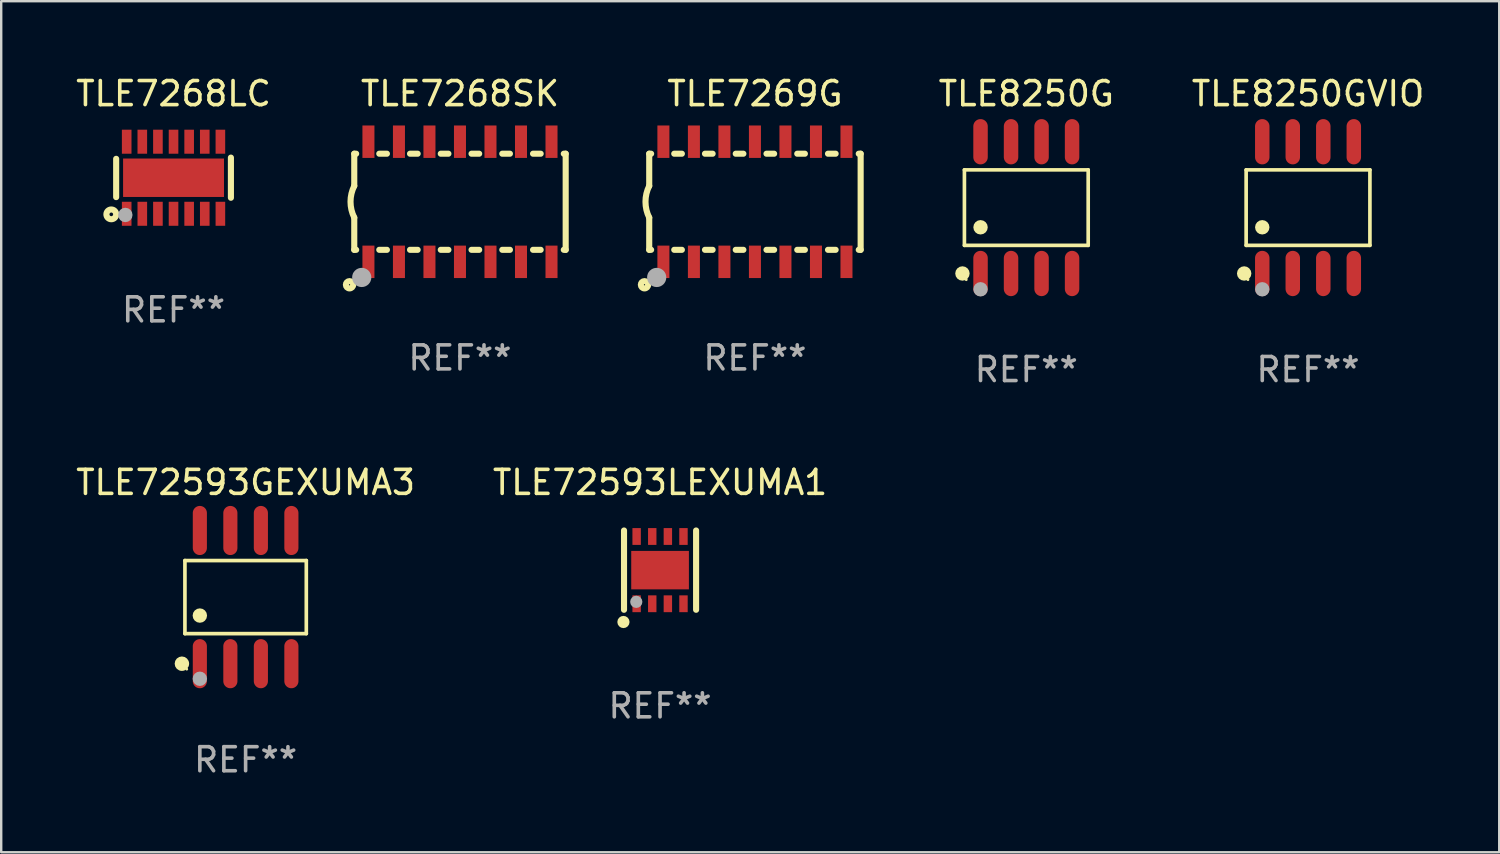
<source format=kicad_pcb>
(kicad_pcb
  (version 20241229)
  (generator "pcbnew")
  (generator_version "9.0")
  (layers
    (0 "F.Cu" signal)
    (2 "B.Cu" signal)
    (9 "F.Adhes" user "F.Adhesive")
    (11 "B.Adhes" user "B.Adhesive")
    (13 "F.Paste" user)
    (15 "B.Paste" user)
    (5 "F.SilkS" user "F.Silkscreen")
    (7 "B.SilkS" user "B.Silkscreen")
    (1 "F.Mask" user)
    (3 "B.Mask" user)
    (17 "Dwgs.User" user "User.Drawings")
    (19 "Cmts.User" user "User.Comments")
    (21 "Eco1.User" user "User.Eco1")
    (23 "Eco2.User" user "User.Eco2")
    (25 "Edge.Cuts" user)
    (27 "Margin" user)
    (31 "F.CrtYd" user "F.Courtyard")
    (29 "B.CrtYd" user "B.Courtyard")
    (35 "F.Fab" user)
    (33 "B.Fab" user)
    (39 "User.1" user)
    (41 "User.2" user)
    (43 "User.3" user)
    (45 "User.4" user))
  (footprint "TLE8250G"
    (layer "F.Cu")
    (at 39.667 5.591)
    (property "Reference" "TLE8250G" (at 0 -4.742 0) (layer "F.SilkS") (effects (font (size 1 1) (thickness 0.15))))
    (attr through_hole)
    (fp_line (start -2.576 -1.571) (end 2.576 -1.571) (stroke (width 0.152) (type solid)) (layer "F.SilkS"))
    (fp_line (start -2.576 1.571) (end -2.576 -1.571) (stroke (width 0.152) (type solid)) (layer "F.SilkS"))
    (fp_line (start 2.576 -1.571) (end 2.576 1.571) (stroke (width 0.152) (type solid)) (layer "F.SilkS"))
    (fp_line (start 2.576 1.571) (end -2.576 1.571) (stroke (width 0.152) (type solid)) (layer "F.SilkS"))
    (fp_circle (center -2.658 2.742) (end -2.508 2.742) (stroke (width 0.3) (type solid)) (fill no) (layer "F.SilkS"))
    (fp_circle (center -2.5 3) (end -2.47 3) (stroke (width 0.06) (type solid)) (fill no) (layer "F.SilkS"))
    (fp_circle (center -1.905 0.819) (end -1.755 0.819) (stroke (width 0.3) (type solid)) (fill no) (layer "F.SilkS"))
    (fp_circle (center -1.905 3.4) (end -1.755 3.4) (stroke (width 0.3) (type solid)) (fill no) (layer "F.Fab"))
    (fp_text user "REF**" (at 0 6.742 0) (layer "F.Fab") (effects (font (size 1 1) (thickness 0.15))))
    (pad "1" smd oval (at -1.905 2.742) (size 0.602 1.885) (layers "F.Cu" "F.Mask" "F.Paste"))
    (pad "2" smd oval (at -0.635 2.742) (size 0.602 1.885) (layers "F.Cu" "F.Mask" "F.Paste"))
    (pad "3" smd oval (at 0.635 2.742) (size 0.602 1.885) (layers "F.Cu" "F.Mask" "F.Paste"))
    (pad "4" smd oval (at 1.905 2.742) (size 0.602 1.885) (layers "F.Cu" "F.Mask" "F.Paste"))
    (pad "5" smd oval (at 1.905 -2.742) (size 0.602 1.885) (layers "F.Cu" "F.Mask" "F.Paste"))
    (pad "6" smd oval (at 0.635 -2.742) (size 0.602 1.885) (layers "F.Cu" "F.Mask" "F.Paste"))
    (pad "7" smd oval (at -0.635 -2.742) (size 0.602 1.885) (layers "F.Cu" "F.Mask" "F.Paste"))
    (pad "8" smd oval (at -1.905 -2.742) (size 0.602 1.885) (layers "F.Cu" "F.Mask" "F.Paste")))
  (footprint "TLE7268SK"
    (layer "F.Cu")
    (at 16.095 5.348)
    (property "Reference" "TLE7268SK" (at 0 -4.5 0) (layer "F.SilkS") (effects (font (size 1 1) (thickness 0.15))))
    (attr through_hole)
    (fp_line (start -4.4 -2) (end -4.4 -0.66) (stroke (width 0.254) (type solid)) (layer "F.SilkS"))
    (fp_line (start -4.4 -2) (end -4.321 -2) (stroke (width 0.254) (type solid)) (layer "F.SilkS"))
    (fp_line (start -4.4 2) (end -4.4 0.66) (stroke (width 0.254) (type solid)) (layer "F.SilkS"))
    (fp_line (start -4.4 2) (end -4.321 2) (stroke (width 0.254) (type solid)) (layer "F.SilkS"))
    (fp_line (start -3.359 -2) (end -3.041 -2) (stroke (width 0.254) (type solid)) (layer "F.SilkS"))
    (fp_line (start -3.359 2) (end -3.041 2) (stroke (width 0.254) (type solid)) (layer "F.SilkS"))
    (fp_line (start -2.079 -2) (end -1.761 -2) (stroke (width 0.254) (type solid)) (layer "F.SilkS"))
    (fp_line (start -2.079 2) (end -1.761 2) (stroke (width 0.254) (type solid)) (layer "F.SilkS"))
    (fp_line (start -0.799 -2) (end -0.481 -2) (stroke (width 0.254) (type solid)) (layer "F.SilkS"))
    (fp_line (start -0.799 2) (end -0.481 2) (stroke (width 0.254) (type solid)) (layer "F.SilkS"))
    (fp_line (start 0.481 -2) (end 0.799 -2) (stroke (width 0.254) (type solid)) (layer "F.SilkS"))
    (fp_line (start 0.481 2) (end 0.799 2) (stroke (width 0.254) (type solid)) (layer "F.SilkS"))
    (fp_line (start 1.761 -2) (end 2.079 -2) (stroke (width 0.254) (type solid)) (layer "F.SilkS"))
    (fp_line (start 1.761 2) (end 2.079 2) (stroke (width 0.254) (type solid)) (layer "F.SilkS"))
    (fp_line (start 3.041 -2) (end 3.359 -2) (stroke (width 0.254) (type solid)) (layer "F.SilkS"))
    (fp_line (start 3.041 2) (end 3.359 2) (stroke (width 0.254) (type solid)) (layer "F.SilkS"))
    (fp_line (start 4.321 -2) (end 4.4 -2) (stroke (width 0.254) (type solid)) (layer "F.SilkS"))
    (fp_line (start 4.321 2) (end 4.4 2) (stroke (width 0.254) (type solid)) (layer "F.SilkS"))
    (fp_line (start 4.4 2) (end 4.4 -2) (stroke (width 0.254) (type solid)) (layer "F.SilkS"))
    (fp_arc (start -4.399314 0.660274) (mid -4.555404 0.000172) (end -4.400025 -0.660097) (stroke (width 0.254001) (type solid)) (layer "F.SilkS"))
    (fp_circle (center -4.597 3.454) (end -4.572 3.454) (stroke (width 0.254) (type solid)) (fill no) (layer "F.SilkS"))
    (fp_circle (center -4.375 3) (end -4.345 3) (stroke (width 0.06) (type solid)) (fill no) (layer "F.SilkS"))
    (fp_circle (center -4.089 3.15) (end -3.889 3.15) (stroke (width 0.4) (type solid)) (fill no) (layer "F.Fab"))
    (fp_text user "REF**" (at 0 6.5 0) (layer "F.Fab") (effects (font (size 1 1) (thickness 0.15))))
    (pad "1" smd rect (at -3.81 2.5 90) (size 1.35 0.5) (layers "F.Cu" "F.Mask" "F.Paste"))
    (pad "2" smd rect (at -2.54 2.5 90) (size 1.35 0.5) (layers "F.Cu" "F.Mask" "F.Paste"))
    (pad "3" smd rect (at -1.27 2.5 90) (size 1.35 0.5) (layers "F.Cu" "F.Mask" "F.Paste"))
    (pad "4" smd rect (at -0.000025 2.5 90) (size 1.35 0.5) (layers "F.Cu" "F.Mask" "F.Paste"))
    (pad "5" smd rect (at 1.27 2.5 90) (size 1.35 0.5) (layers "F.Cu" "F.Mask" "F.Paste"))
    (pad "6" smd rect (at 2.54 2.5 90) (size 1.35 0.5) (layers "F.Cu" "F.Mask" "F.Paste"))
    (pad "7" smd rect (at 3.81 2.5 90) (size 1.35 0.5) (layers "F.Cu" "F.Mask" "F.Paste"))
    (pad "8" smd rect (at 3.81 -2.5 90) (size 1.35 0.5) (layers "F.Cu" "F.Mask" "F.Paste"))
    (pad "9" smd rect (at 2.54 -2.5 90) (size 1.35 0.5) (layers "F.Cu" "F.Mask" "F.Paste"))
    (pad "10" smd rect (at 1.27 -2.5 90) (size 1.35 0.5) (layers "F.Cu" "F.Mask" "F.Paste"))
    (pad "11" smd rect (at -0.000025 -2.5 90) (size 1.35 0.5) (layers "F.Cu" "F.Mask" "F.Paste"))
    (pad "12" smd rect (at -1.27 -2.5 90) (size 1.35 0.5) (layers "F.Cu" "F.Mask" "F.Paste"))
    (pad "13" smd rect (at -2.54 -2.5 90) (size 1.35 0.5) (layers "F.Cu" "F.Mask" "F.Paste"))
    (pad "14" smd rect (at -3.81 -2.5 90) (size 1.35 0.5) (layers "F.Cu" "F.Mask" "F.Paste")))
  (footprint "TLE72593LEXUMA1"
    (layer "F.Cu")
    (at 24.423 20.68)
    (property "Reference" "TLE72593LEXUMA1" (at 0 -3.65 0) (layer "F.SilkS") (effects (font (size 1 1) (thickness 0.15))))
    (attr through_hole)
    (fp_line (start -1.5 1.65) (end -1.5 -1.65) (stroke (width 0.254) (type solid)) (layer "F.SilkS"))
    (fp_line (start 1.5 1.65) (end 1.5 -1.65) (stroke (width 0.254) (type solid)) (layer "F.SilkS"))
    (fp_circle (center -1.524 2.159) (end -1.397 2.159) (stroke (width 0.254) (type solid)) (fill no) (layer "F.SilkS"))
    (fp_circle (center -1.5 1.5) (end -1.47 1.5) (stroke (width 0.06) (type solid)) (fill no) (layer "F.SilkS"))
    (fp_circle (center -0.99 1.32) (end -0.863 1.32) (stroke (width 0.254) (type solid)) (fill no) (layer "F.Fab"))
    (fp_text user "REF**" (at 0 5.65 0) (layer "F.Fab") (effects (font (size 1 1) (thickness 0.15))))
    (pad "1" smd rect (at -0.975 1.4 270) (size 0.7 0.35) (layers "F.Cu" "F.Mask" "F.Paste"))
    (pad "2" smd rect (at -0.325 1.4 270) (size 0.7 0.35) (layers "F.Cu" "F.Mask" "F.Paste"))
    (pad "3" smd rect (at 0.325 1.4 270) (size 0.7 0.35) (layers "F.Cu" "F.Mask" "F.Paste"))
    (pad "4" smd rect (at 0.975 1.4 270) (size 0.7 0.35) (layers "F.Cu" "F.Mask" "F.Paste"))
    (pad "5" smd rect (at 0.975 -1.4 270) (size 0.7 0.35) (layers "F.Cu" "F.Mask" "F.Paste"))
    (pad "6" smd rect (at 0.325 -1.4 270) (size 0.7 0.35) (layers "F.Cu" "F.Mask" "F.Paste"))
    (pad "7" smd rect (at -0.325 -1.4 270) (size 0.7 0.35) (layers "F.Cu" "F.Mask" "F.Paste"))
    (pad "8" smd rect (at -0.975 -1.4 270) (size 0.7 0.35) (layers "F.Cu" "F.Mask" "F.Paste"))
    (pad "9" smd rect (at 0.000241 0.000064) (size 2.4 1.6) (layers "F.Cu" "F.Mask" "F.Paste")))
  (footprint "TLE8250GVIO"
    (layer "F.Cu")
    (at 51.393 5.591)
    (property "Reference" "TLE8250GVIO" (at 0 -4.742 0) (layer "F.SilkS") (effects (font (size 1 1) (thickness 0.15))))
    (attr through_hole)
    (fp_line (start -2.576 -1.571) (end 2.576 -1.571) (stroke (width 0.152) (type solid)) (layer "F.SilkS"))
    (fp_line (start -2.576 1.571) (end -2.576 -1.571) (stroke (width 0.152) (type solid)) (layer "F.SilkS"))
    (fp_line (start 2.576 -1.571) (end 2.576 1.571) (stroke (width 0.152) (type solid)) (layer "F.SilkS"))
    (fp_line (start 2.576 1.571) (end -2.576 1.571) (stroke (width 0.152) (type solid)) (layer "F.SilkS"))
    (fp_circle (center -2.658 2.742) (end -2.508 2.742) (stroke (width 0.3) (type solid)) (fill no) (layer "F.SilkS"))
    (fp_circle (center -2.5 3) (end -2.47 3) (stroke (width 0.06) (type solid)) (fill no) (layer "F.SilkS"))
    (fp_circle (center -1.905 0.819) (end -1.755 0.819) (stroke (width 0.3) (type solid)) (fill no) (layer "F.SilkS"))
    (fp_circle (center -1.905 3.4) (end -1.755 3.4) (stroke (width 0.3) (type solid)) (fill no) (layer "F.Fab"))
    (fp_text user "REF**" (at 0 6.742 0) (layer "F.Fab") (effects (font (size 1 1) (thickness 0.15))))
    (pad "1" smd oval (at -1.905 2.742) (size 0.602 1.885) (layers "F.Cu" "F.Mask" "F.Paste"))
    (pad "2" smd oval (at -0.635 2.742) (size 0.602 1.885) (layers "F.Cu" "F.Mask" "F.Paste"))
    (pad "3" smd oval (at 0.635 2.742) (size 0.602 1.885) (layers "F.Cu" "F.Mask" "F.Paste"))
    (pad "4" smd oval (at 1.905 2.742) (size 0.602 1.885) (layers "F.Cu" "F.Mask" "F.Paste"))
    (pad "5" smd oval (at 1.905 -2.742) (size 0.602 1.885) (layers "F.Cu" "F.Mask" "F.Paste"))
    (pad "6" smd oval (at 0.635 -2.742) (size 0.602 1.885) (layers "F.Cu" "F.Mask" "F.Paste"))
    (pad "7" smd oval (at -0.635 -2.742) (size 0.602 1.885) (layers "F.Cu" "F.Mask" "F.Paste"))
    (pad "8" smd oval (at -1.905 -2.742) (size 0.602 1.885) (layers "F.Cu" "F.Mask" "F.Paste")))
  (footprint "TLE7268LC"
    (layer "F.Cu")
    (at 4.173 4.348)
    (property "Reference" "TLE7268LC" (at 0 -3.5 0) (layer "F.SilkS") (effects (font (size 1 1) (thickness 0.15))))
    (attr through_hole)
    (fp_line (start -2.388 -0.787) (end -2.388 0.807) (stroke (width 0.254) (type solid)) (layer "F.SilkS"))
    (fp_line (start 2.388 -0.838) (end 2.388 0.833) (stroke (width 0.254) (type solid)) (layer "F.SilkS"))
    (fp_circle (center -2.591 1.524) (end -2.515 1.524) (stroke (width 0.254) (type solid)) (fill no) (layer "F.SilkS"))
    (fp_circle (center -2.25 1.5) (end -2.22 1.5) (stroke (width 0.06) (type solid)) (fill no) (layer "F.SilkS"))
    (fp_circle (center -2.007 1.549) (end -1.857 1.549) (stroke (width 0.3) (type solid)) (fill no) (layer "F.Fab"))
    (fp_text user "REF**" (at 0 5.5 0) (layer "F.Fab") (effects (font (size 1 1) (thickness 0.15))))
    (pad "1" smd rect (at -1.95 1.5 270) (size 1 0.4) (layers "F.Cu" "F.Mask" "F.Paste"))
    (pad "2" smd rect (at -1.3 1.5 270) (size 1 0.4) (layers "F.Cu" "F.Mask" "F.Paste"))
    (pad "3" smd rect (at -0.65 1.5 270) (size 1 0.4) (layers "F.Cu" "F.Mask" "F.Paste"))
    (pad "4" smd rect (at 0 1.5 270) (size 1 0.4) (layers "F.Cu" "F.Mask" "F.Paste"))
    (pad "5" smd rect (at 0.65 1.5 270) (size 1 0.4) (layers "F.Cu" "F.Mask" "F.Paste"))
    (pad "6" smd rect (at 1.3 1.5 270) (size 1 0.4) (layers "F.Cu" "F.Mask" "F.Paste"))
    (pad "7" smd rect (at 1.95 1.5 270) (size 1 0.4) (layers "F.Cu" "F.Mask" "F.Paste"))
    (pad "8" smd rect (at 1.95 -1.5 270) (size 1 0.4) (layers "F.Cu" "F.Mask" "F.Paste"))
    (pad "9" smd rect (at 1.3 -1.5 270) (size 1 0.4) (layers "F.Cu" "F.Mask" "F.Paste"))
    (pad "10" smd rect (at 0.65 -1.5 270) (size 1 0.4) (layers "F.Cu" "F.Mask" "F.Paste"))
    (pad "11" smd rect (at 0 -1.5 270) (size 1 0.4) (layers "F.Cu" "F.Mask" "F.Paste"))
    (pad "12" smd rect (at -0.65 -1.5 270) (size 1 0.4) (layers "F.Cu" "F.Mask" "F.Paste"))
    (pad "13" smd rect (at -1.3 -1.5 270) (size 1 0.4) (layers "F.Cu" "F.Mask" "F.Paste"))
    (pad "14" smd rect (at -1.95 -1.5 270) (size 1 0.4) (layers "F.Cu" "F.Mask" "F.Paste"))
    (pad "15" smd rect (at 0 -0.000127) (size 4.2 1.6) (layers "F.Cu" "F.Mask" "F.Paste")))
  (footprint "TLE7269G"
    (layer "F.Cu")
    (at 28.372 5.348)
    (property "Reference" "TLE7269G" (at 0 -4.5 0) (layer "F.SilkS") (effects (font (size 1 1) (thickness 0.15))))
    (attr through_hole)
    (fp_line (start -4.4 -2) (end -4.4 -0.66) (stroke (width 0.254) (type solid)) (layer "F.SilkS"))
    (fp_line (start -4.4 -2) (end -4.321 -2) (stroke (width 0.254) (type solid)) (layer "F.SilkS"))
    (fp_line (start -4.4 2) (end -4.4 0.66) (stroke (width 0.254) (type solid)) (layer "F.SilkS"))
    (fp_line (start -4.4 2) (end -4.321 2) (stroke (width 0.254) (type solid)) (layer "F.SilkS"))
    (fp_line (start -3.359 -2) (end -3.041 -2) (stroke (width 0.254) (type solid)) (layer "F.SilkS"))
    (fp_line (start -3.359 2) (end -3.041 2) (stroke (width 0.254) (type solid)) (layer "F.SilkS"))
    (fp_line (start -2.079 -2) (end -1.761 -2) (stroke (width 0.254) (type solid)) (layer "F.SilkS"))
    (fp_line (start -2.079 2) (end -1.761 2) (stroke (width 0.254) (type solid)) (layer "F.SilkS"))
    (fp_line (start -0.799 -2) (end -0.481 -2) (stroke (width 0.254) (type solid)) (layer "F.SilkS"))
    (fp_line (start -0.799 2) (end -0.481 2) (stroke (width 0.254) (type solid)) (layer "F.SilkS"))
    (fp_line (start 0.481 -2) (end 0.799 -2) (stroke (width 0.254) (type solid)) (layer "F.SilkS"))
    (fp_line (start 0.481 2) (end 0.799 2) (stroke (width 0.254) (type solid)) (layer "F.SilkS"))
    (fp_line (start 1.761 -2) (end 2.079 -2) (stroke (width 0.254) (type solid)) (layer "F.SilkS"))
    (fp_line (start 1.761 2) (end 2.079 2) (stroke (width 0.254) (type solid)) (layer "F.SilkS"))
    (fp_line (start 3.041 -2) (end 3.359 -2) (stroke (width 0.254) (type solid)) (layer "F.SilkS"))
    (fp_line (start 3.041 2) (end 3.359 2) (stroke (width 0.254) (type solid)) (layer "F.SilkS"))
    (fp_line (start 4.321 -2) (end 4.4 -2) (stroke (width 0.254) (type solid)) (layer "F.SilkS"))
    (fp_line (start 4.321 2) (end 4.4 2) (stroke (width 0.254) (type solid)) (layer "F.SilkS"))
    (fp_line (start 4.4 2) (end 4.4 -2) (stroke (width 0.254) (type solid)) (layer "F.SilkS"))
    (fp_arc (start -4.399314 0.660274) (mid -4.555404 0.000172) (end -4.400025 -0.660097) (stroke (width 0.254001) (type solid)) (layer "F.SilkS"))
    (fp_circle (center -4.597 3.454) (end -4.572 3.454) (stroke (width 0.254) (type solid)) (fill no) (layer "F.SilkS"))
    (fp_circle (center -4.375 3) (end -4.345 3) (stroke (width 0.06) (type solid)) (fill no) (layer "F.SilkS"))
    (fp_circle (center -4.089 3.15) (end -3.889 3.15) (stroke (width 0.4) (type solid)) (fill no) (layer "F.Fab"))
    (fp_text user "REF**" (at 0 6.5 0) (layer "F.Fab") (effects (font (size 1 1) (thickness 0.15))))
    (pad "1" smd rect (at -3.81 2.5 90) (size 1.35 0.5) (layers "F.Cu" "F.Mask" "F.Paste"))
    (pad "2" smd rect (at -2.54 2.5 90) (size 1.35 0.5) (layers "F.Cu" "F.Mask" "F.Paste"))
    (pad "3" smd rect (at -1.27 2.5 90) (size 1.35 0.5) (layers "F.Cu" "F.Mask" "F.Paste"))
    (pad "4" smd rect (at -0.000025 2.5 90) (size 1.35 0.5) (layers "F.Cu" "F.Mask" "F.Paste"))
    (pad "5" smd rect (at 1.27 2.5 90) (size 1.35 0.5) (layers "F.Cu" "F.Mask" "F.Paste"))
    (pad "6" smd rect (at 2.54 2.5 90) (size 1.35 0.5) (layers "F.Cu" "F.Mask" "F.Paste"))
    (pad "7" smd rect (at 3.81 2.5 90) (size 1.35 0.5) (layers "F.Cu" "F.Mask" "F.Paste"))
    (pad "8" smd rect (at 3.81 -2.5 90) (size 1.35 0.5) (layers "F.Cu" "F.Mask" "F.Paste"))
    (pad "9" smd rect (at 2.54 -2.5 90) (size 1.35 0.5) (layers "F.Cu" "F.Mask" "F.Paste"))
    (pad "10" smd rect (at 1.27 -2.5 90) (size 1.35 0.5) (layers "F.Cu" "F.Mask" "F.Paste"))
    (pad "11" smd rect (at -0.000025 -2.5 90) (size 1.35 0.5) (layers "F.Cu" "F.Mask" "F.Paste"))
    (pad "12" smd rect (at -1.27 -2.5 90) (size 1.35 0.5) (layers "F.Cu" "F.Mask" "F.Paste"))
    (pad "13" smd rect (at -2.54 -2.5 90) (size 1.35 0.5) (layers "F.Cu" "F.Mask" "F.Paste"))
    (pad "14" smd rect (at -3.81 -2.5 90) (size 1.35 0.5) (layers "F.Cu" "F.Mask" "F.Paste")))
  (footprint "TLE72593GEXUMA3"
    (layer "F.Cu")
    (at 7.173 21.802)
    (property "Reference" "TLE72593GEXUMA3" (at 0 -4.772 0) (layer "F.SilkS") (effects (font (size 1 1) (thickness 0.15))))
    (attr through_hole)
    (fp_line (start -2.526 -1.521) (end 2.526 -1.521) (stroke (width 0.152) (type solid)) (layer "F.SilkS"))
    (fp_line (start -2.526 1.521) (end -2.526 -1.521) (stroke (width 0.152) (type solid)) (layer "F.SilkS"))
    (fp_line (start 2.526 -1.521) (end 2.526 1.521) (stroke (width 0.152) (type solid)) (layer "F.SilkS"))
    (fp_line (start 2.526 1.521) (end -2.526 1.521) (stroke (width 0.152) (type solid)) (layer "F.SilkS"))
    (fp_circle (center -2.652 2.772) (end -2.501 2.772) (stroke (width 0.3) (type solid)) (fill no) (layer "F.SilkS"))
    (fp_circle (center -2.45 3) (end -2.42 3) (stroke (width 0.06) (type solid)) (fill no) (layer "F.SilkS"))
    (fp_circle (center -1.905 0.769) (end -1.755 0.769) (stroke (width 0.3) (type solid)) (fill no) (layer "F.SilkS"))
    (fp_circle (center -1.905 3.4) (end -1.755 3.4) (stroke (width 0.3) (type solid)) (fill no) (layer "F.Fab"))
    (fp_text user "REF**" (at 0 6.772 0) (layer "F.Fab") (effects (font (size 1 1) (thickness 0.15))))
    (pad "1" smd oval (at -1.905 2.772) (size 0.588 2.045) (layers "F.Cu" "F.Mask" "F.Paste"))
    (pad "2" smd oval (at -0.635 2.772) (size 0.588 2.045) (layers "F.Cu" "F.Mask" "F.Paste"))
    (pad "3" smd oval (at 0.635 2.772) (size 0.588 2.045) (layers "F.Cu" "F.Mask" "F.Paste"))
    (pad "4" smd oval (at 1.905 2.772) (size 0.588 2.045) (layers "F.Cu" "F.Mask" "F.Paste"))
    (pad "5" smd oval (at 1.905 -2.772) (size 0.588 2.045) (layers "F.Cu" "F.Mask" "F.Paste"))
    (pad "6" smd oval (at 0.635 -2.772) (size 0.588 2.045) (layers "F.Cu" "F.Mask" "F.Paste"))
    (pad "7" smd oval (at -0.635 -2.772) (size 0.588 2.045) (layers "F.Cu" "F.Mask" "F.Paste"))
    (pad "8" smd oval (at -1.905 -2.772) (size 0.588 2.045) (layers "F.Cu" "F.Mask" "F.Paste")))
  (gr_rect
    (start -3 -3)
    (end 59.351 32.423)
    (stroke (width 0.1) (type default))
    (fill no)
    (layer "Edge.Cuts")))
</source>
